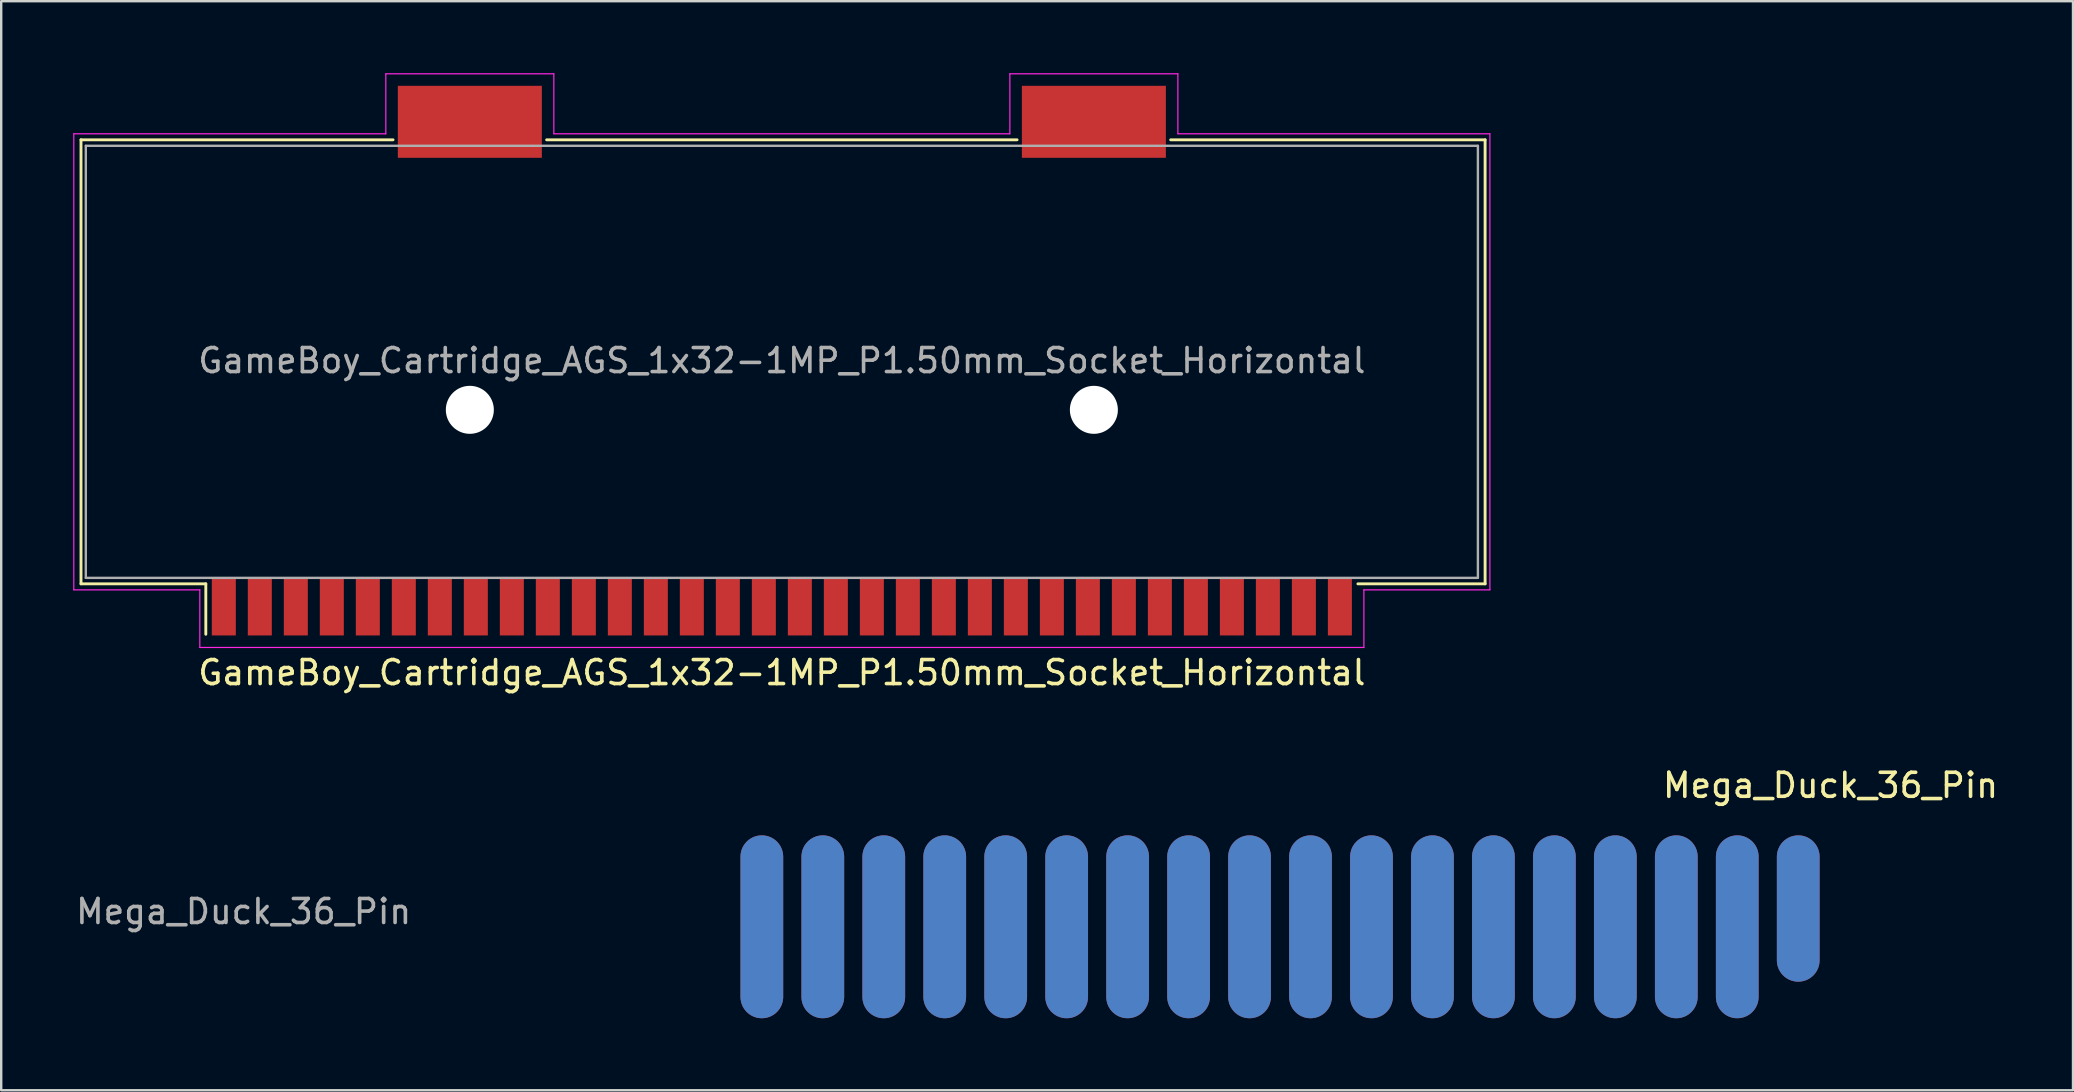
<source format=kicad_pcb>
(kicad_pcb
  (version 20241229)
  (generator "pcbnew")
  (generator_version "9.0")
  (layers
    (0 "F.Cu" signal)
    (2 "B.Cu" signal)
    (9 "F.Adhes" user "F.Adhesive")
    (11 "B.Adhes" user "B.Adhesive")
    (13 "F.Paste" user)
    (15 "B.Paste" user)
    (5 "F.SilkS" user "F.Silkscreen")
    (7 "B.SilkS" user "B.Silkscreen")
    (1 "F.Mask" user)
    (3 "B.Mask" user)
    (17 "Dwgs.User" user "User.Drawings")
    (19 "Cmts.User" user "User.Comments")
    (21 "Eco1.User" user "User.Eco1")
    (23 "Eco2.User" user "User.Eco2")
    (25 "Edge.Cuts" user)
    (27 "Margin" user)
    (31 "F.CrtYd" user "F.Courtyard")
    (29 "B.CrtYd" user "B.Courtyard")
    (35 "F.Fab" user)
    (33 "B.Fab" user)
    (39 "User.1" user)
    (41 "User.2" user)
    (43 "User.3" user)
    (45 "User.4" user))
  (footprint "GameBoy_Cartridge_AGS_1x32-1MP_P1.50mm_Socket_Horizontal"
    (layer "F.Cu")
    (at 29.525 11.975)
    (property "Reference" "GameBoy_Cartridge_AGS_1x32-1MP_P1.50mm_Socket_Horizontal" (at 0 13 180) (layer "F.SilkS") (effects (font (size 1 1) (thickness 0.15))))
    (attr smd)
    (fp_line (start -29.2 9.3) (end -29.2 -9.2) (stroke (width 0.12) (type solid)) (layer "F.SilkS"))
    (fp_line (start -29.2 9.3) (end -24 9.3) (stroke (width 0.12) (type solid)) (layer "F.SilkS"))
    (fp_line (start -24 9.3) (end -24 11.4) (stroke (width 0.12) (type solid)) (layer "F.SilkS"))
    (fp_line (start -16.2 -9.2) (end -29.2 -9.2) (stroke (width 0.12) (type solid)) (layer "F.SilkS"))
    (fp_line (start 9.8 -9.2) (end -9.8 -9.2) (stroke (width 0.12) (type solid)) (layer "F.SilkS"))
    (fp_line (start 29.3 -9.2) (end 16.2 -9.2) (stroke (width 0.12) (type solid)) (layer "F.SilkS"))
    (fp_line (start 29.3 9.3) (end 24 9.3) (stroke (width 0.12) (type solid)) (layer "F.SilkS"))
    (fp_line (start 29.3 9.3) (end 29.3 -9.2) (stroke (width 0.12) (type solid)) (layer "F.SilkS"))
    (fp_line (start -29.5 -9.45) (end -16.5 -9.45) (stroke (width 0.05) (type solid)) (layer "F.CrtYd"))
    (fp_line (start -29.5 9.55) (end -29.5 -9.45) (stroke (width 0.05) (type solid)) (layer "F.CrtYd"))
    (fp_line (start -29.5 9.55) (end -24.25 9.55) (stroke (width 0.05) (type solid)) (layer "F.CrtYd"))
    (fp_line (start -24.25 9.55) (end -24.25 11.95) (stroke (width 0.05) (type solid)) (layer "F.CrtYd"))
    (fp_line (start -24.25 11.95) (end 24.25 11.95) (stroke (width 0.05) (type solid)) (layer "F.CrtYd"))
    (fp_line (start -16.5 -9.45) (end -16.5 -11.95) (stroke (width 0.05) (type solid)) (layer "F.CrtYd"))
    (fp_line (start -9.5 -11.95) (end -16.5 -11.95) (stroke (width 0.05) (type solid)) (layer "F.CrtYd"))
    (fp_line (start -9.5 -9.45) (end -9.5 -11.95) (stroke (width 0.05) (type solid)) (layer "F.CrtYd"))
    (fp_line (start -9.5 -9.45) (end 9.5 -9.45) (stroke (width 0.05) (type solid)) (layer "F.CrtYd"))
    (fp_line (start 9.5 -11.95) (end 16.5 -11.95) (stroke (width 0.05) (type solid)) (layer "F.CrtYd"))
    (fp_line (start 9.5 -9.45) (end 9.5 -11.95) (stroke (width 0.05) (type solid)) (layer "F.CrtYd"))
    (fp_line (start 16.5 -9.45) (end 16.5 -11.95) (stroke (width 0.05) (type solid)) (layer "F.CrtYd"))
    (fp_line (start 24.25 9.55) (end 24.25 11.95) (stroke (width 0.05) (type solid)) (layer "F.CrtYd"))
    (fp_line (start 29.5 -9.45) (end 16.5 -9.45) (stroke (width 0.05) (type solid)) (layer "F.CrtYd"))
    (fp_line (start 29.5 9.55) (end 24.25 9.55) (stroke (width 0.05) (type solid)) (layer "F.CrtYd"))
    (fp_line (start 29.5 9.55) (end 29.5 -9.45) (stroke (width 0.05) (type solid)) (layer "F.CrtYd"))
    (fp_line (start -29 -8.95) (end -29 9.05) (stroke (width 0.1) (type solid)) (layer "F.Fab"))
    (fp_line (start 29 -8.95) (end -29 -8.95) (stroke (width 0.1) (type solid)) (layer "F.Fab"))
    (fp_line (start 29 -8.95) (end 29 9.05) (stroke (width 0.1) (type solid)) (layer "F.Fab"))
    (fp_line (start 29 9.05) (end -29 9.05) (stroke (width 0.1) (type solid)) (layer "F.Fab"))
    (fp_text user "${REFERENCE}" (at 0 0 0) (layer "F.Fab") (effects (font (size 1 1) (thickness 0.15))))
    (pad "" np_thru_hole circle (at -13 2.05) (size 2 2) (drill 2) (layers "*.Cu" "*.Mask"))
    (pad "" np_thru_hole circle (at 13 2.05) (size 2 2) (drill 2) (layers "*.Cu" "*.Mask"))
    (pad "1" smd rect (at -23.25 10.25) (size 1 2.4) (layers "F.Cu" "F.Mask" "F.Paste"))
    (pad "2" smd rect (at -21.75 10.25) (size 1 2.4) (layers "F.Cu" "F.Mask" "F.Paste"))
    (pad "3" smd rect (at -20.25 10.25) (size 1 2.4) (layers "F.Cu" "F.Mask" "F.Paste"))
    (pad "4" smd rect (at -18.75 10.25) (size 1 2.4) (layers "F.Cu" "F.Mask" "F.Paste"))
    (pad "5" smd rect (at -17.25 10.25) (size 1 2.4) (layers "F.Cu" "F.Mask" "F.Paste"))
    (pad "6" smd rect (at -15.75 10.25) (size 1 2.4) (layers "F.Cu" "F.Mask" "F.Paste"))
    (pad "7" smd rect (at -14.25 10.25) (size 1 2.4) (layers "F.Cu" "F.Mask" "F.Paste"))
    (pad "8" smd rect (at -12.75 10.25) (size 1 2.4) (layers "F.Cu" "F.Mask" "F.Paste"))
    (pad "9" smd rect (at -11.25 10.25) (size 1 2.4) (layers "F.Cu" "F.Mask" "F.Paste"))
    (pad "10" smd rect (at -9.75 10.25) (size 1 2.4) (layers "F.Cu" "F.Mask" "F.Paste"))
    (pad "11" smd rect (at -8.25 10.25) (size 1 2.4) (layers "F.Cu" "F.Mask" "F.Paste"))
    (pad "12" smd rect (at -6.75 10.25) (size 1 2.4) (layers "F.Cu" "F.Mask" "F.Paste"))
    (pad "13" smd rect (at -5.25 10.25) (size 1 2.4) (layers "F.Cu" "F.Mask" "F.Paste"))
    (pad "14" smd rect (at -3.75 10.25) (size 1 2.4) (layers "F.Cu" "F.Mask" "F.Paste"))
    (pad "15" smd rect (at -2.25 10.25) (size 1 2.4) (layers "F.Cu" "F.Mask" "F.Paste"))
    (pad "16" smd rect (at -0.75 10.25) (size 1 2.4) (layers "F.Cu" "F.Mask" "F.Paste"))
    (pad "17" smd rect (at 0.75 10.25) (size 1 2.4) (layers "F.Cu" "F.Mask" "F.Paste"))
    (pad "18" smd rect (at 2.25 10.25) (size 1 2.4) (layers "F.Cu" "F.Mask" "F.Paste"))
    (pad "19" smd rect (at 3.75 10.25) (size 1 2.4) (layers "F.Cu" "F.Mask" "F.Paste"))
    (pad "20" smd rect (at 5.25 10.25) (size 1 2.4) (layers "F.Cu" "F.Mask" "F.Paste"))
    (pad "21" smd rect (at 6.75 10.25) (size 1 2.4) (layers "F.Cu" "F.Mask" "F.Paste"))
    (pad "22" smd rect (at 8.25 10.25) (size 1 2.4) (layers "F.Cu" "F.Mask" "F.Paste"))
    (pad "23" smd rect (at 9.75 10.25) (size 1 2.4) (layers "F.Cu" "F.Mask" "F.Paste"))
    (pad "24" smd rect (at 11.25 10.25) (size 1 2.4) (layers "F.Cu" "F.Mask" "F.Paste"))
    (pad "25" smd rect (at 12.75 10.25) (size 1 2.4) (layers "F.Cu" "F.Mask" "F.Paste"))
    (pad "26" smd rect (at 14.25 10.25) (size 1 2.4) (layers "F.Cu" "F.Mask" "F.Paste"))
    (pad "27" smd rect (at 15.75 10.25) (size 1 2.4) (layers "F.Cu" "F.Mask" "F.Paste"))
    (pad "28" smd rect (at 17.25 10.25) (size 1 2.4) (layers "F.Cu" "F.Mask" "F.Paste"))
    (pad "29" smd rect (at 18.75 10.25) (size 1 2.4) (layers "F.Cu" "F.Mask" "F.Paste"))
    (pad "30" smd rect (at 20.25 10.25) (size 1 2.4) (layers "F.Cu" "F.Mask" "F.Paste"))
    (pad "31" smd rect (at 21.75 10.25) (size 1 2.4) (layers "F.Cu" "F.Mask" "F.Paste"))
    (pad "32" smd rect (at 23.25 10.25) (size 1 2.4) (layers "F.Cu" "F.Mask" "F.Paste"))
    (pad "MP" smd rect (at -13 -9.95) (size 6 3) (layers "F.Cu" "F.Mask" "F.Paste"))
    (pad "MP" smd rect (at 13 -9.95) (size 6 3) (layers "F.Cu" "F.Mask" "F.Paste")))
  (footprint "Mega_Duck_36_Pin"
    (layer "F.Cu")
    (at 71.871 35.564)
    (property "Reference" "Mega_Duck_36_Pin" (at 1.346 -5.893 0) (layer "F.SilkS") (effects (font (size 1 1) (thickness 0.15))))
    (attr exclude_from_pos_files)
    (fp_text user "${REFERENCE}" (at -64.77 -0.635 0) (layer "F.Fab") (effects (font (size 1 1) (thickness 0.15))))
    (pad "1" connect oval (at 0 -0.762) (size 1.78 6.096) (layers "F.Cu" "F.Mask"))
    (pad "2" connect oval (at 0 -0.762) (size 1.78 6.096) (layers "B.Cu" "B.Mask"))
    (pad "3" connect oval (at -2.54 0) (size 1.78 7.62) (layers "F.Cu" "F.Mask"))
    (pad "4" connect oval (at -2.54 0) (size 1.78 7.62) (layers "B.Cu" "B.Mask"))
    (pad "5" connect oval (at -5.08 0) (size 1.78 7.62) (layers "F.Cu" "F.Mask"))
    (pad "6" connect oval (at -5.08 0) (size 1.78 7.62) (layers "B.Cu" "B.Mask"))
    (pad "7" connect oval (at -7.62 0) (size 1.78 7.62) (layers "F.Cu" "F.Mask"))
    (pad "8" connect oval (at -7.62 0) (size 1.78 7.62) (layers "B.Cu" "B.Mask"))
    (pad "9" connect oval (at -10.16 0) (size 1.78 7.62) (layers "F.Cu" "F.Mask"))
    (pad "10" connect oval (at -10.16 0) (size 1.78 7.62) (layers "B.Cu" "B.Mask"))
    (pad "11" connect oval (at -12.7 0) (size 1.78 7.62) (layers "F.Cu" "F.Mask"))
    (pad "12" connect oval (at -12.7 0) (size 1.78 7.62) (layers "B.Cu" "B.Mask"))
    (pad "13" connect oval (at -15.24 0) (size 1.78 7.62) (layers "F.Cu" "F.Mask"))
    (pad "14" connect oval (at -15.24 0) (size 1.78 7.62) (layers "B.Cu" "B.Mask"))
    (pad "15" connect oval (at -17.78 0) (size 1.78 7.62) (layers "F.Cu" "F.Mask"))
    (pad "16" connect oval (at -17.78 0) (size 1.78 7.62) (layers "B.Cu" "B.Mask"))
    (pad "17" connect oval (at -20.32 0) (size 1.78 7.62) (layers "F.Cu" "F.Mask"))
    (pad "18" connect oval (at -20.32 0) (size 1.78 7.62) (layers "B.Cu" "B.Mask"))
    (pad "19" connect oval (at -22.86 0) (size 1.78 7.62) (layers "F.Cu" "F.Mask"))
    (pad "20" connect oval (at -22.86 0) (size 1.78 7.62) (layers "B.Cu" "B.Mask"))
    (pad "21" connect oval (at -25.4 0) (size 1.78 7.62) (layers "F.Cu" "F.Mask"))
    (pad "22" connect oval (at -25.4 0) (size 1.78 7.62) (layers "B.Cu" "B.Mask"))
    (pad "23" connect oval (at -27.94 0) (size 1.78 7.62) (layers "F.Cu" "F.Mask"))
    (pad "24" connect oval (at -27.94 0) (size 1.78 7.62) (layers "B.Cu" "B.Mask"))
    (pad "25" connect oval (at -30.48 0) (size 1.78 7.62) (layers "F.Cu" "F.Mask"))
    (pad "26" connect oval (at -30.48 0) (size 1.78 7.62) (layers "B.Cu" "B.Mask"))
    (pad "27" connect oval (at -33.02 0) (size 1.78 7.62) (layers "F.Cu" "F.Mask"))
    (pad "28" connect oval (at -33.02 0) (size 1.78 7.62) (layers "B.Cu" "B.Mask"))
    (pad "29" connect oval (at -35.56 0) (size 1.78 7.62) (layers "F.Cu" "F.Mask"))
    (pad "30" connect oval (at -35.56 0) (size 1.78 7.62) (layers "B.Cu" "B.Mask"))
    (pad "31" connect oval (at -38.1 0) (size 1.78 7.62) (layers "F.Cu" "F.Mask"))
    (pad "32" connect oval (at -38.1 0) (size 1.78 7.62) (layers "B.Cu" "B.Mask"))
    (pad "33" connect oval (at -40.64 0) (size 1.78 7.62) (layers "F.Cu" "F.Mask"))
    (pad "34" connect oval (at -40.64 0) (size 1.78 7.62) (layers "B.Cu" "B.Mask"))
    (pad "35" connect oval (at -43.18 0) (size 1.78 7.62) (layers "F.Cu" "F.Mask"))
    (pad "36" connect oval (at -43.18 0) (size 1.78 7.62) (layers "B.Cu" "B.Mask")))
  (gr_rect
    (start -3 -3)
    (end 83.319 42.374)
    (stroke (width 0.1) (type default))
    (fill no)
    (layer "Edge.Cuts")))
</source>
